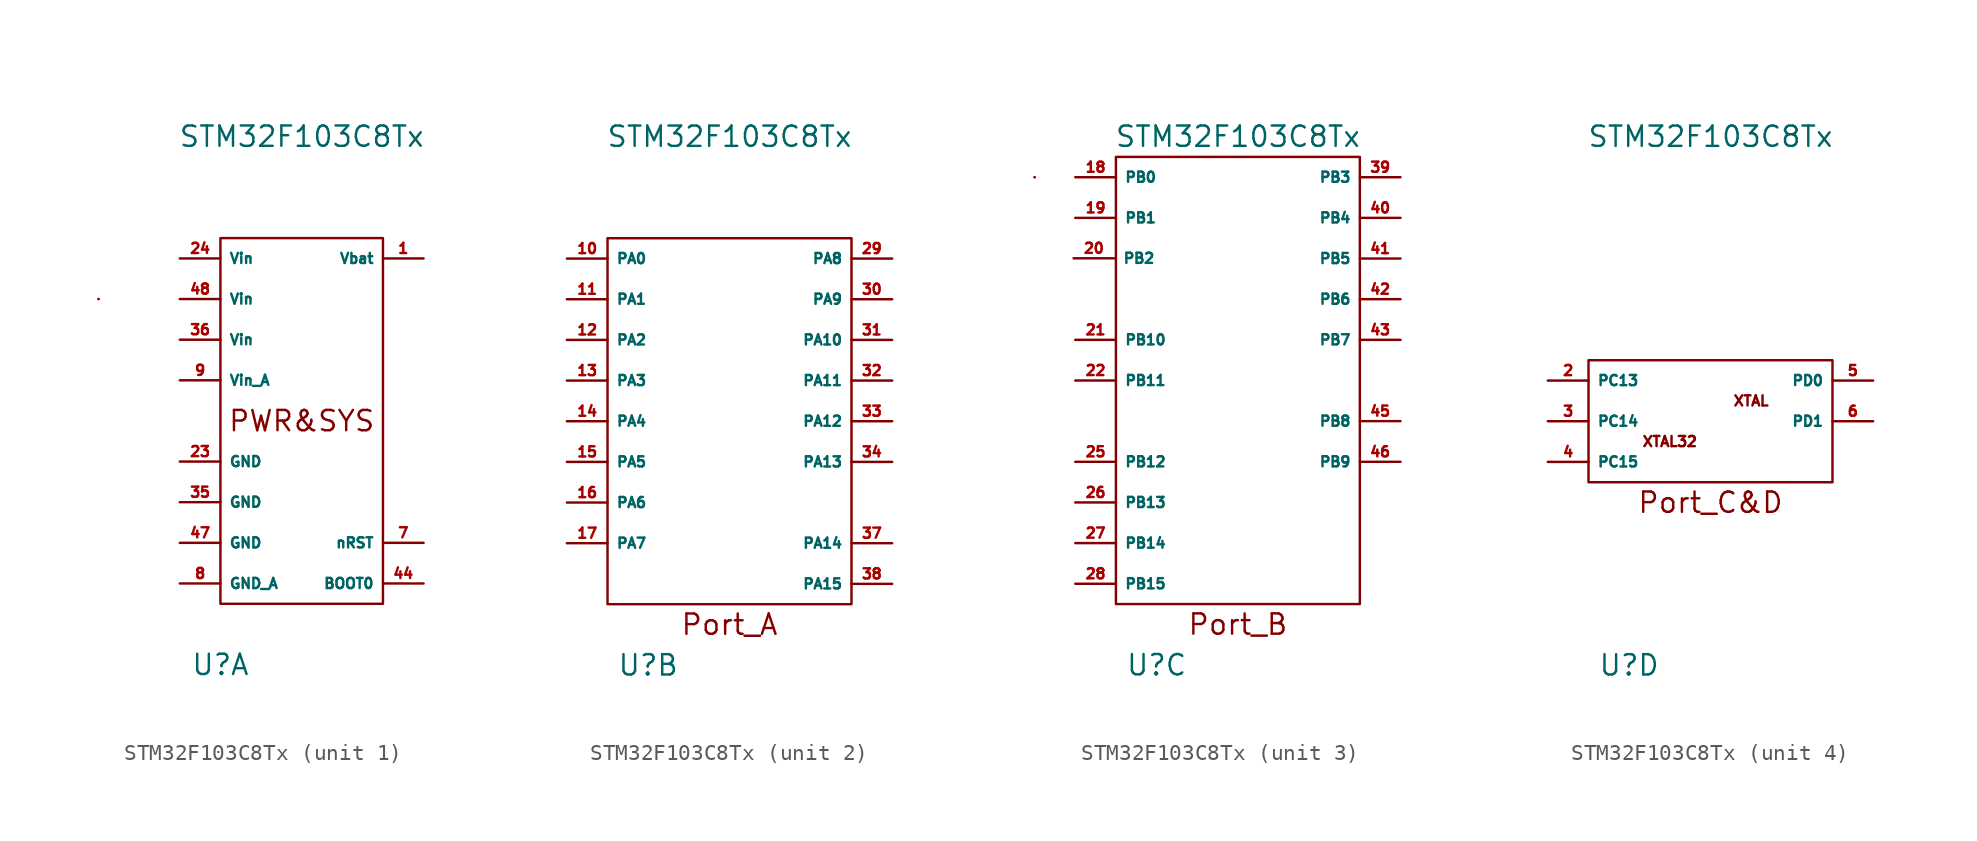
<source format=kicad_sym>
(kicad_symbol_lib
  (version 20211014)
  (generator kicad_symbol_editor)
  (symbol "STM32F103C8Tx"
    (property "Reference" "U"
      (at -5.08 -15.24 0)
      (effects (font (size 1.27 1.27))))
    (property "Value" "STM32F103C8Tx"
      (at 0 17.78 0)
      (effects (font (size 1.27 1.27))))
    (symbol "STM32F103C8Tx_1_0"
      (rectangle (start -12.7 7.62) (end -12.7 7.62) (stroke (width 0.152) (type default) (color 0 0 0 0)) (fill (type none)))
      (rectangle (start -12.7 7.62) (end -12.7 7.62) (stroke (width 0.152) (type default) (color 0 0 0 0)) (fill (type none)))
      (text "PWR&SYS" (at 0 0 0) (effects (font (size 1.27 1.27)))))
    (symbol "STM32F103C8Tx_1_1"
      (rectangle (start -5.08 11.43) (end 5.08 -11.43) (stroke (width 0) (type default) (color 0 0 0 0)) (fill (type none)))
      (pin power_in line (at 7.62 10.16 180) (length 2.54) (name "Vbat" (effects (font (size 0.635 0.635)))) (number "1" (effects (font (size 0.635 0.635)))))
      (pin power_in line (at -7.62 -2.54 0) (length 2.54) (name "GND" (effects (font (size 0.635 0.635)))) (number "23" (effects (font (size 0.635 0.635)))))
      (pin power_in line (at -7.62 10.16 0) (length 2.54) (name "Vin" (effects (font (size 0.635 0.635)))) (number "24" (effects (font (size 0.635 0.635)))))
      (pin power_in line (at -7.62 -5.08 0) (length 2.54) (name "GND" (effects (font (size 0.635 0.635)))) (number "35" (effects (font (size 0.635 0.635)))))
      (pin power_in line (at -7.62 5.08 0) (length 2.54) (name "Vin" (effects (font (size 0.635 0.635)))) (number "36" (effects (font (size 0.635 0.635)))))
      (pin input line (at 7.62 -10.16 180) (length 2.54) (name "BOOT0" (effects (font (size 0.635 0.635)))) (number "44" (effects (font (size 0.635 0.635)))))
      (pin power_in line (at -7.62 -7.62 0) (length 2.54) (name "GND" (effects (font (size 0.635 0.635)))) (number "47" (effects (font (size 0.635 0.635)))))
      (pin power_in line (at -7.62 7.62 0) (length 2.54) (name "Vin" (effects (font (size 0.635 0.635)))) (number "48" (effects (font (size 0.635 0.635)))))
      (pin input line (at 7.62 -7.62 180) (length 2.54) (name "nRST" (effects (font (size 0.635 0.635)))) (number "7" (effects (font (size 0.635 0.635)))))
      (pin power_in line (at -7.62 -10.16 0) (length 2.54) (name "GND_A" (effects (font (size 0.635 0.635)))) (number "8" (effects (font (size 0.635 0.635)))))
      (pin power_in line (at -7.62 2.54 0) (length 2.54) (name "Vin_A" (effects (font (size 0.635 0.635)))) (number "9" (effects (font (size 0.635 0.635))))))
    (symbol "STM32F103C8Tx_2_0"
      (text "Port_A" (at 0 -12.7 0) (effects (font (size 1.27 1.27)))))
    (symbol "STM32F103C8Tx_2_1"
      (rectangle (start -7.62 11.43) (end 7.62 -11.43) (stroke (width 0) (type default) (color 0 0 0 0)) (fill (type none)))
      (pin bidirectional line (at -10.16 10.16 0) (length 2.54) (name "PA0" (effects (font (size 0.635 0.635)))) (number "10" (effects (font (size 0.635 0.635)))))
      (pin bidirectional line (at -10.16 7.62 0) (length 2.54) (name "PA1" (effects (font (size 0.635 0.635)))) (number "11" (effects (font (size 0.635 0.635)))))
      (pin bidirectional line (at -10.16 5.08 0) (length 2.54) (name "PA2" (effects (font (size 0.635 0.635)))) (number "12" (effects (font (size 0.635 0.635)))))
      (pin bidirectional line (at -10.16 2.54 0) (length 2.54) (name "PA3" (effects (font (size 0.635 0.635)))) (number "13" (effects (font (size 0.635 0.635)))))
      (pin bidirectional line (at -10.16 0 0) (length 2.54) (name "PA4" (effects (font (size 0.635 0.635)))) (number "14" (effects (font (size 0.635 0.635)))))
      (pin bidirectional line (at -10.16 -2.54 0) (length 2.54) (name "PA5" (effects (font (size 0.635 0.635)))) (number "15" (effects (font (size 0.635 0.635)))))
      (pin bidirectional line (at -10.16 -5.08 0) (length 2.54) (name "PA6" (effects (font (size 0.635 0.635)))) (number "16" (effects (font (size 0.635 0.635)))))
      (pin bidirectional line (at -10.16 -7.62 0) (length 2.54) (name "PA7" (effects (font (size 0.635 0.635)))) (number "17" (effects (font (size 0.635 0.635)))))
      (pin bidirectional line (at 10.16 10.16 180) (length 2.54) (name "PA8" (effects (font (size 0.635 0.635)))) (number "29" (effects (font (size 0.635 0.635)))))
      (pin bidirectional line (at 10.16 7.62 180) (length 2.54) (name "PA9" (effects (font (size 0.635 0.635)))) (number "30" (effects (font (size 0.635 0.635)))))
      (pin bidirectional line (at 10.16 5.08 180) (length 2.54) (name "PA10" (effects (font (size 0.635 0.635)))) (number "31" (effects (font (size 0.635 0.635)))))
      (pin bidirectional line (at 10.16 2.54 180) (length 2.54) (name "PA11" (effects (font (size 0.635 0.635)))) (number "32" (effects (font (size 0.635 0.635)))))
      (pin bidirectional line (at 10.16 0 180) (length 2.54) (name "PA12" (effects (font (size 0.635 0.635)))) (number "33" (effects (font (size 0.635 0.635)))))
      (pin bidirectional line (at 10.16 -2.54 180) (length 2.54) (name "PA13" (effects (font (size 0.635 0.635)))) (number "34" (effects (font (size 0.635 0.635)))))
      (pin bidirectional line (at 10.16 -7.62 180) (length 2.54) (name "PA14" (effects (font (size 0.635 0.635)))) (number "37" (effects (font (size 0.635 0.635)))))
      (pin bidirectional line (at 10.16 -10.16 180) (length 2.54) (name "PA15" (effects (font (size 0.635 0.635)))) (number "38" (effects (font (size 0.635 0.635))))))
    (symbol "STM32F103C8Tx_3_0"
      (rectangle (start -12.7 15.24) (end -12.7 15.24) (stroke (width 0.152) (type default) (color 0 0 0 0)) (fill (type none)))
      (rectangle (start -12.7 15.24) (end -12.7 15.24) (stroke (width 0.152) (type default) (color 0 0 0 0)) (fill (type none)))
      (text "Port_B" (at 0 -12.7 0) (effects (font (size 1.27 1.27)))))
    (symbol "STM32F103C8Tx_3_1"
      (rectangle (start -7.62 16.51) (end 7.62 -11.43) (stroke (width 0) (type default) (color 0 0 0 0)) (fill (type none)))
      (pin bidirectional line (at -10.16 15.24 0) (length 2.54) (name "PB0" (effects (font (size 0.635 0.635)))) (number "18" (effects (font (size 0.635 0.635)))))
      (pin bidirectional line (at -10.16 12.7 0) (length 2.54) (name "PB1" (effects (font (size 0.635 0.635)))) (number "19" (effects (font (size 0.635 0.635)))))
      (pin bidirectional line (at -10.266 10.174 0) (length 2.54) (name "PB2" (effects (font (size 0.635 0.635)))) (number "20" (effects (font (size 0.635 0.635)))))
      (pin bidirectional line (at -10.16 5.08 0) (length 2.54) (name "PB10" (effects (font (size 0.635 0.635)))) (number "21" (effects (font (size 0.635 0.635)))))
      (pin bidirectional line (at -10.16 2.54 0) (length 2.54) (name "PB11" (effects (font (size 0.635 0.635)))) (number "22" (effects (font (size 0.635 0.635)))))
      (pin bidirectional line (at -10.16 -2.54 0) (length 2.54) (name "PB12" (effects (font (size 0.635 0.635)))) (number "25" (effects (font (size 0.635 0.635)))))
      (pin bidirectional line (at -10.16 -5.08 0) (length 2.54) (name "PB13" (effects (font (size 0.635 0.635)))) (number "26" (effects (font (size 0.635 0.635)))))
      (pin bidirectional line (at -10.16 -7.62 0) (length 2.54) (name "PB14" (effects (font (size 0.635 0.635)))) (number "27" (effects (font (size 0.635 0.635)))))
      (pin bidirectional line (at -10.16 -10.16 0) (length 2.54) (name "PB15" (effects (font (size 0.635 0.635)))) (number "28" (effects (font (size 0.635 0.635)))))
      (pin bidirectional line (at 10.16 15.24 180) (length 2.54) (name "PB3" (effects (font (size 0.635 0.635)))) (number "39" (effects (font (size 0.635 0.635)))))
      (pin bidirectional line (at 10.16 12.7 180) (length 2.54) (name "PB4" (effects (font (size 0.635 0.635)))) (number "40" (effects (font (size 0.635 0.635)))))
      (pin bidirectional line (at 10.16 10.16 180) (length 2.54) (name "PB5" (effects (font (size 0.635 0.635)))) (number "41" (effects (font (size 0.635 0.635)))))
      (pin bidirectional line (at 10.16 7.62 180) (length 2.54) (name "PB6" (effects (font (size 0.635 0.635)))) (number "42" (effects (font (size 0.635 0.635)))))
      (pin bidirectional line (at 10.16 5.08 180) (length 2.54) (name "PB7" (effects (font (size 0.635 0.635)))) (number "43" (effects (font (size 0.635 0.635)))))
      (pin bidirectional line (at 10.16 0 180) (length 2.54) (name "PB8" (effects (font (size 0.635 0.635)))) (number "45" (effects (font (size 0.635 0.635)))))
      (pin bidirectional line (at 10.16 -2.54 180) (length 2.54) (name "PB9" (effects (font (size 0.635 0.635)))) (number "46" (effects (font (size 0.635 0.635))))))
    (symbol "STM32F103C8Tx_4_0"
      (text "Port_C&D" (at 0 -5.08 0) (effects (font (size 1.27 1.27)))))
    (symbol "STM32F103C8Tx_4_1"
      (rectangle (start -7.62 3.81) (end 7.62 -3.81) (stroke (width 0) (type default) (color 0 0 0 0)) (fill (type none)))
      (text "XTAL" (at 2.54 1.27 0) (effects (font (size 0.635 0.635))))
      (text "XTAL32" (at -2.54 -1.27 0) (effects (font (size 0.635 0.635))))
      (pin bidirectional line (at -10.16 2.54 0) (length 2.54) (name "PC13" (effects (font (size 0.635 0.635)))) (number "2" (effects (font (size 0.635 0.635)))))
      (pin bidirectional line (at -10.16 0 0) (length 2.54) (name "PC14" (effects (font (size 0.635 0.635)))) (number "3" (effects (font (size 0.635 0.635)))))
      (pin bidirectional line (at -10.16 -2.54 0) (length 2.54) (name "PC15" (effects (font (size 0.635 0.635)))) (number "4" (effects (font (size 0.635 0.635)))))
      (pin bidirectional line (at 10.16 2.54 180) (length 2.54) (name "PD0" (effects (font (size 0.635 0.635)))) (number "5" (effects (font (size 0.635 0.635)))))
      (pin bidirectional line (at 10.16 0 180) (length 2.54) (name "PD1" (effects (font (size 0.635 0.635)))) (number "6" (effects (font (size 0.635 0.635))))))))
</source>
